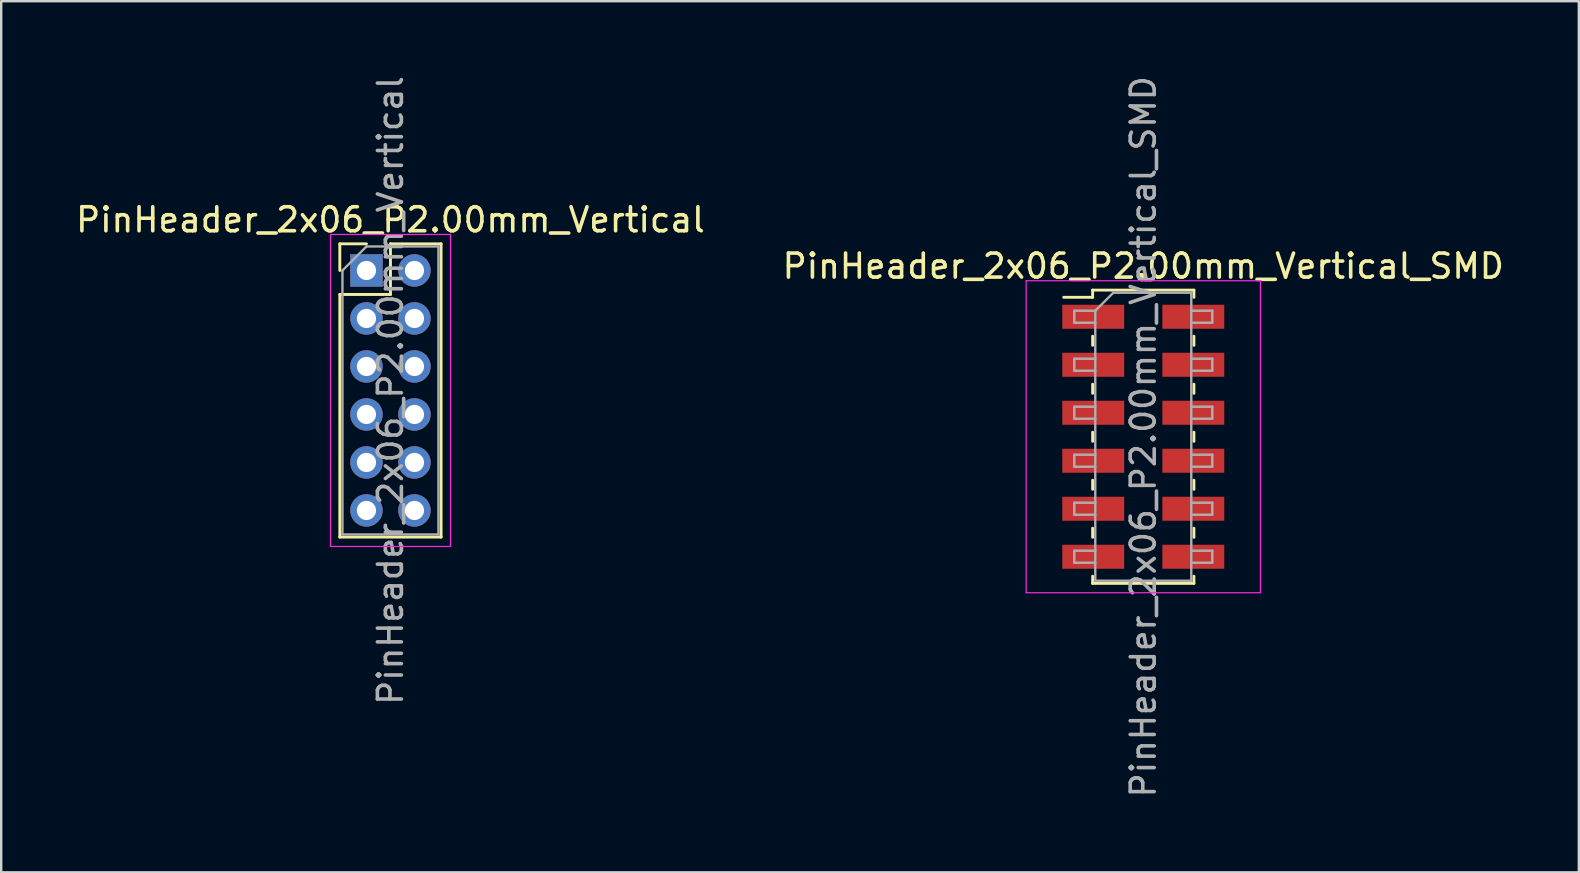
<source format=kicad_pcb>
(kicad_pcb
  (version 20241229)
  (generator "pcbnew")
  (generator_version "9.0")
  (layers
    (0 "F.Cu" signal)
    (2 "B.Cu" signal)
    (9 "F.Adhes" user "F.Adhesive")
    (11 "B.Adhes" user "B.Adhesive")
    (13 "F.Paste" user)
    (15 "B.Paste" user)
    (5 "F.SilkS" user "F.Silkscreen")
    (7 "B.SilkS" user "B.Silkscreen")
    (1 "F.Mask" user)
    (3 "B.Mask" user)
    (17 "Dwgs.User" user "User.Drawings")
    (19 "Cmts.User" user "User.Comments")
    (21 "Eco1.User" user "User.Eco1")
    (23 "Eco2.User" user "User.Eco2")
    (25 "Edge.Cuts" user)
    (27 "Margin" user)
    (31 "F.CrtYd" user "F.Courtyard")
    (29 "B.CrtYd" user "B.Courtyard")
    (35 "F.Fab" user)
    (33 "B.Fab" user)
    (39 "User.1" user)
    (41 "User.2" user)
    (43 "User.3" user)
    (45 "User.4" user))
  (footprint "PinHeader_2x06_P2.00mm_Vertical"
    (layer "F.Cu")
    (at 12.22 8.22)
    (property "Reference" "PinHeader_2x06_P2.00mm_Vertical" (at 1 -2.11 0) (layer "F.SilkS") (effects (font (size 1 1) (thickness 0.15))))
    (attr through_hole)
    (fp_line (start -1.11 -1.11) (end 0 -1.11) (stroke (width 0.12) (type solid)) (layer "F.SilkS"))
    (fp_line (start -1.11 0) (end -1.11 -1.11) (stroke (width 0.12) (type solid)) (layer "F.SilkS"))
    (fp_line (start -1.11 1) (end -1.11 11.11) (stroke (width 0.12) (type solid)) (layer "F.SilkS"))
    (fp_line (start -1.11 1) (end 1 1) (stroke (width 0.12) (type solid)) (layer "F.SilkS"))
    (fp_line (start -1.11 11.11) (end 3.11 11.11) (stroke (width 0.12) (type solid)) (layer "F.SilkS"))
    (fp_line (start 1 -1.11) (end 3.11 -1.11) (stroke (width 0.12) (type solid)) (layer "F.SilkS"))
    (fp_line (start 1 1) (end 1 -1.11) (stroke (width 0.12) (type solid)) (layer "F.SilkS"))
    (fp_line (start 3.11 -1.11) (end 3.11 11.11) (stroke (width 0.12) (type solid)) (layer "F.SilkS"))
    (fp_line (start -1.5 -1.5) (end -1.5 11.5) (stroke (width 0.05) (type solid)) (layer "F.CrtYd"))
    (fp_line (start -1.5 11.5) (end 3.5 11.5) (stroke (width 0.05) (type solid)) (layer "F.CrtYd"))
    (fp_line (start 3.5 -1.5) (end -1.5 -1.5) (stroke (width 0.05) (type solid)) (layer "F.CrtYd"))
    (fp_line (start 3.5 11.5) (end 3.5 -1.5) (stroke (width 0.05) (type solid)) (layer "F.CrtYd"))
    (fp_line (start -1 0) (end 0 -1) (stroke (width 0.1) (type solid)) (layer "F.Fab"))
    (fp_line (start -1 11) (end -1 0) (stroke (width 0.1) (type solid)) (layer "F.Fab"))
    (fp_line (start 0 -1) (end 3 -1) (stroke (width 0.1) (type solid)) (layer "F.Fab"))
    (fp_line (start 3 -1) (end 3 11) (stroke (width 0.1) (type solid)) (layer "F.Fab"))
    (fp_line (start 3 11) (end -1 11) (stroke (width 0.1) (type solid)) (layer "F.Fab"))
    (fp_text user "${REFERENCE}" (at 1 5 90) (layer "F.Fab") (effects (font (size 1 1) (thickness 0.15))))
    (pad "1" thru_hole rect (at 0 0) (size 1.35 1.35) (drill 0.8) (layers "*.Cu" "*.Mask"))
    (pad "2" thru_hole circle (at 2 0) (size 1.35 1.35) (drill 0.8) (layers "*.Cu" "*.Mask"))
    (pad "3" thru_hole circle (at 0 2) (size 1.35 1.35) (drill 0.8) (layers "*.Cu" "*.Mask"))
    (pad "4" thru_hole circle (at 2 2) (size 1.35 1.35) (drill 0.8) (layers "*.Cu" "*.Mask"))
    (pad "5" thru_hole circle (at 0 4) (size 1.35 1.35) (drill 0.8) (layers "*.Cu" "*.Mask"))
    (pad "6" thru_hole circle (at 2 4) (size 1.35 1.35) (drill 0.8) (layers "*.Cu" "*.Mask"))
    (pad "7" thru_hole circle (at 0 6) (size 1.35 1.35) (drill 0.8) (layers "*.Cu" "*.Mask"))
    (pad "8" thru_hole circle (at 2 6) (size 1.35 1.35) (drill 0.8) (layers "*.Cu" "*.Mask"))
    (pad "9" thru_hole circle (at 0 8) (size 1.35 1.35) (drill 0.8) (layers "*.Cu" "*.Mask"))
    (pad "10" thru_hole circle (at 2 8) (size 1.35 1.35) (drill 0.8) (layers "*.Cu" "*.Mask"))
    (pad "11" thru_hole circle (at 0 10) (size 1.35 1.35) (drill 0.8) (layers "*.Cu" "*.Mask"))
    (pad "12" thru_hole circle (at 2 10) (size 1.35 1.35) (drill 0.8) (layers "*.Cu" "*.Mask")))
  (footprint "PinHeader_2x06_P2.00mm_Vertical_SMD"
    (layer "F.Cu")
    (at 44.589 15.149)
    (property "Reference" "PinHeader_2x06_P2.00mm_Vertical_SMD" (at 0 -7.11 0) (layer "F.SilkS") (effects (font (size 1 1) (thickness 0.15))))
    (attr smd)
    (fp_line (start -3.315 -5.81) (end -2.11 -5.81) (stroke (width 0.12) (type solid)) (layer "F.SilkS"))
    (fp_line (start -2.11 -6.11) (end -2.11 -5.81) (stroke (width 0.12) (type solid)) (layer "F.SilkS"))
    (fp_line (start -2.11 -6.11) (end 2.11 -6.11) (stroke (width 0.12) (type solid)) (layer "F.SilkS"))
    (fp_line (start -2.11 -4.19) (end -2.11 -3.81) (stroke (width 0.12) (type solid)) (layer "F.SilkS"))
    (fp_line (start -2.11 -2.19) (end -2.11 -1.81) (stroke (width 0.12) (type solid)) (layer "F.SilkS"))
    (fp_line (start -2.11 -0.19) (end -2.11 0.19) (stroke (width 0.12) (type solid)) (layer "F.SilkS"))
    (fp_line (start -2.11 1.81) (end -2.11 2.19) (stroke (width 0.12) (type solid)) (layer "F.SilkS"))
    (fp_line (start -2.11 3.81) (end -2.11 4.19) (stroke (width 0.12) (type solid)) (layer "F.SilkS"))
    (fp_line (start -2.11 5.81) (end -2.11 6.11) (stroke (width 0.12) (type solid)) (layer "F.SilkS"))
    (fp_line (start -2.11 6.11) (end 2.11 6.11) (stroke (width 0.12) (type solid)) (layer "F.SilkS"))
    (fp_line (start 2.11 -6.11) (end 2.11 -5.81) (stroke (width 0.12) (type solid)) (layer "F.SilkS"))
    (fp_line (start 2.11 -4.19) (end 2.11 -3.81) (stroke (width 0.12) (type solid)) (layer "F.SilkS"))
    (fp_line (start 2.11 -2.19) (end 2.11 -1.81) (stroke (width 0.12) (type solid)) (layer "F.SilkS"))
    (fp_line (start 2.11 -0.19) (end 2.11 0.19) (stroke (width 0.12) (type solid)) (layer "F.SilkS"))
    (fp_line (start 2.11 1.81) (end 2.11 2.19) (stroke (width 0.12) (type solid)) (layer "F.SilkS"))
    (fp_line (start 2.11 3.81) (end 2.11 4.19) (stroke (width 0.12) (type solid)) (layer "F.SilkS"))
    (fp_line (start 2.11 5.81) (end 2.11 6.11) (stroke (width 0.12) (type solid)) (layer "F.SilkS"))
    (fp_line (start -4.88 -6.5) (end -4.88 6.5) (stroke (width 0.05) (type solid)) (layer "F.CrtYd"))
    (fp_line (start -4.88 6.5) (end 4.88 6.5) (stroke (width 0.05) (type solid)) (layer "F.CrtYd"))
    (fp_line (start 4.88 -6.5) (end -4.88 -6.5) (stroke (width 0.05) (type solid)) (layer "F.CrtYd"))
    (fp_line (start 4.88 6.5) (end 4.88 -6.5) (stroke (width 0.05) (type solid)) (layer "F.CrtYd"))
    (fp_line (start -2.875 -5.25) (end -2.875 -4.75) (stroke (width 0.1) (type solid)) (layer "F.Fab"))
    (fp_line (start -2.875 -4.75) (end -2 -4.75) (stroke (width 0.1) (type solid)) (layer "F.Fab"))
    (fp_line (start -2.875 -3.25) (end -2.875 -2.75) (stroke (width 0.1) (type solid)) (layer "F.Fab"))
    (fp_line (start -2.875 -2.75) (end -2 -2.75) (stroke (width 0.1) (type solid)) (layer "F.Fab"))
    (fp_line (start -2.875 -1.25) (end -2.875 -0.75) (stroke (width 0.1) (type solid)) (layer "F.Fab"))
    (fp_line (start -2.875 -0.75) (end -2 -0.75) (stroke (width 0.1) (type solid)) (layer "F.Fab"))
    (fp_line (start -2.875 0.75) (end -2.875 1.25) (stroke (width 0.1) (type solid)) (layer "F.Fab"))
    (fp_line (start -2.875 1.25) (end -2 1.25) (stroke (width 0.1) (type solid)) (layer "F.Fab"))
    (fp_line (start -2.875 2.75) (end -2.875 3.25) (stroke (width 0.1) (type solid)) (layer "F.Fab"))
    (fp_line (start -2.875 3.25) (end -2 3.25) (stroke (width 0.1) (type solid)) (layer "F.Fab"))
    (fp_line (start -2.875 4.75) (end -2.875 5.25) (stroke (width 0.1) (type solid)) (layer "F.Fab"))
    (fp_line (start -2.875 5.25) (end -2 5.25) (stroke (width 0.1) (type solid)) (layer "F.Fab"))
    (fp_line (start -2 -5.25) (end -2.875 -5.25) (stroke (width 0.1) (type solid)) (layer "F.Fab"))
    (fp_line (start -2 -5.25) (end -1.25 -6) (stroke (width 0.1) (type solid)) (layer "F.Fab"))
    (fp_line (start -2 -3.25) (end -2.875 -3.25) (stroke (width 0.1) (type solid)) (layer "F.Fab"))
    (fp_line (start -2 -1.25) (end -2.875 -1.25) (stroke (width 0.1) (type solid)) (layer "F.Fab"))
    (fp_line (start -2 0.75) (end -2.875 0.75) (stroke (width 0.1) (type solid)) (layer "F.Fab"))
    (fp_line (start -2 2.75) (end -2.875 2.75) (stroke (width 0.1) (type solid)) (layer "F.Fab"))
    (fp_line (start -2 4.75) (end -2.875 4.75) (stroke (width 0.1) (type solid)) (layer "F.Fab"))
    (fp_line (start -2 6) (end -2 -5.25) (stroke (width 0.1) (type solid)) (layer "F.Fab"))
    (fp_line (start -1.25 -6) (end 2 -6) (stroke (width 0.1) (type solid)) (layer "F.Fab"))
    (fp_line (start 2 -6) (end 2 6) (stroke (width 0.1) (type solid)) (layer "F.Fab"))
    (fp_line (start 2 -5.25) (end 2.875 -5.25) (stroke (width 0.1) (type solid)) (layer "F.Fab"))
    (fp_line (start 2 -3.25) (end 2.875 -3.25) (stroke (width 0.1) (type solid)) (layer "F.Fab"))
    (fp_line (start 2 -1.25) (end 2.875 -1.25) (stroke (width 0.1) (type solid)) (layer "F.Fab"))
    (fp_line (start 2 0.75) (end 2.875 0.75) (stroke (width 0.1) (type solid)) (layer "F.Fab"))
    (fp_line (start 2 2.75) (end 2.875 2.75) (stroke (width 0.1) (type solid)) (layer "F.Fab"))
    (fp_line (start 2 4.75) (end 2.875 4.75) (stroke (width 0.1) (type solid)) (layer "F.Fab"))
    (fp_line (start 2 6) (end -2 6) (stroke (width 0.1) (type solid)) (layer "F.Fab"))
    (fp_line (start 2.875 -5.25) (end 2.875 -4.75) (stroke (width 0.1) (type solid)) (layer "F.Fab"))
    (fp_line (start 2.875 -4.75) (end 2 -4.75) (stroke (width 0.1) (type solid)) (layer "F.Fab"))
    (fp_line (start 2.875 -3.25) (end 2.875 -2.75) (stroke (width 0.1) (type solid)) (layer "F.Fab"))
    (fp_line (start 2.875 -2.75) (end 2 -2.75) (stroke (width 0.1) (type solid)) (layer "F.Fab"))
    (fp_line (start 2.875 -1.25) (end 2.875 -0.75) (stroke (width 0.1) (type solid)) (layer "F.Fab"))
    (fp_line (start 2.875 -0.75) (end 2 -0.75) (stroke (width 0.1) (type solid)) (layer "F.Fab"))
    (fp_line (start 2.875 0.75) (end 2.875 1.25) (stroke (width 0.1) (type solid)) (layer "F.Fab"))
    (fp_line (start 2.875 1.25) (end 2 1.25) (stroke (width 0.1) (type solid)) (layer "F.Fab"))
    (fp_line (start 2.875 2.75) (end 2.875 3.25) (stroke (width 0.1) (type solid)) (layer "F.Fab"))
    (fp_line (start 2.875 3.25) (end 2 3.25) (stroke (width 0.1) (type solid)) (layer "F.Fab"))
    (fp_line (start 2.875 4.75) (end 2.875 5.25) (stroke (width 0.1) (type solid)) (layer "F.Fab"))
    (fp_line (start 2.875 5.25) (end 2 5.25) (stroke (width 0.1) (type solid)) (layer "F.Fab"))
    (fp_text user "${REFERENCE}" (at 0 0 90) (layer "F.Fab") (effects (font (size 1 1) (thickness 0.15))))
    (pad "1" smd rect (at -2.085 -5) (size 2.58 1) (layers "F.Cu" "F.Mask" "F.Paste"))
    (pad "2" smd rect (at 2.085 -5) (size 2.58 1) (layers "F.Cu" "F.Mask" "F.Paste"))
    (pad "3" smd rect (at -2.085 -3) (size 2.58 1) (layers "F.Cu" "F.Mask" "F.Paste"))
    (pad "4" smd rect (at 2.085 -3) (size 2.58 1) (layers "F.Cu" "F.Mask" "F.Paste"))
    (pad "5" smd rect (at -2.085 -1) (size 2.58 1) (layers "F.Cu" "F.Mask" "F.Paste"))
    (pad "6" smd rect (at 2.085 -1) (size 2.58 1) (layers "F.Cu" "F.Mask" "F.Paste"))
    (pad "7" smd rect (at -2.085 1) (size 2.58 1) (layers "F.Cu" "F.Mask" "F.Paste"))
    (pad "8" smd rect (at 2.085 1) (size 2.58 1) (layers "F.Cu" "F.Mask" "F.Paste"))
    (pad "9" smd rect (at -2.085 3) (size 2.58 1) (layers "F.Cu" "F.Mask" "F.Paste"))
    (pad "10" smd rect (at 2.085 3) (size 2.58 1) (layers "F.Cu" "F.Mask" "F.Paste"))
    (pad "11" smd rect (at -2.085 5) (size 2.58 1) (layers "F.Cu" "F.Mask" "F.Paste"))
    (pad "12" smd rect (at 2.085 5) (size 2.58 1) (layers "F.Cu" "F.Mask" "F.Paste")))
  (gr_rect
    (start -3 -3)
    (end 62.738 33.298)
    (stroke (width 0.1) (type default))
    (fill no)
    (layer "Edge.Cuts")))
</source>
